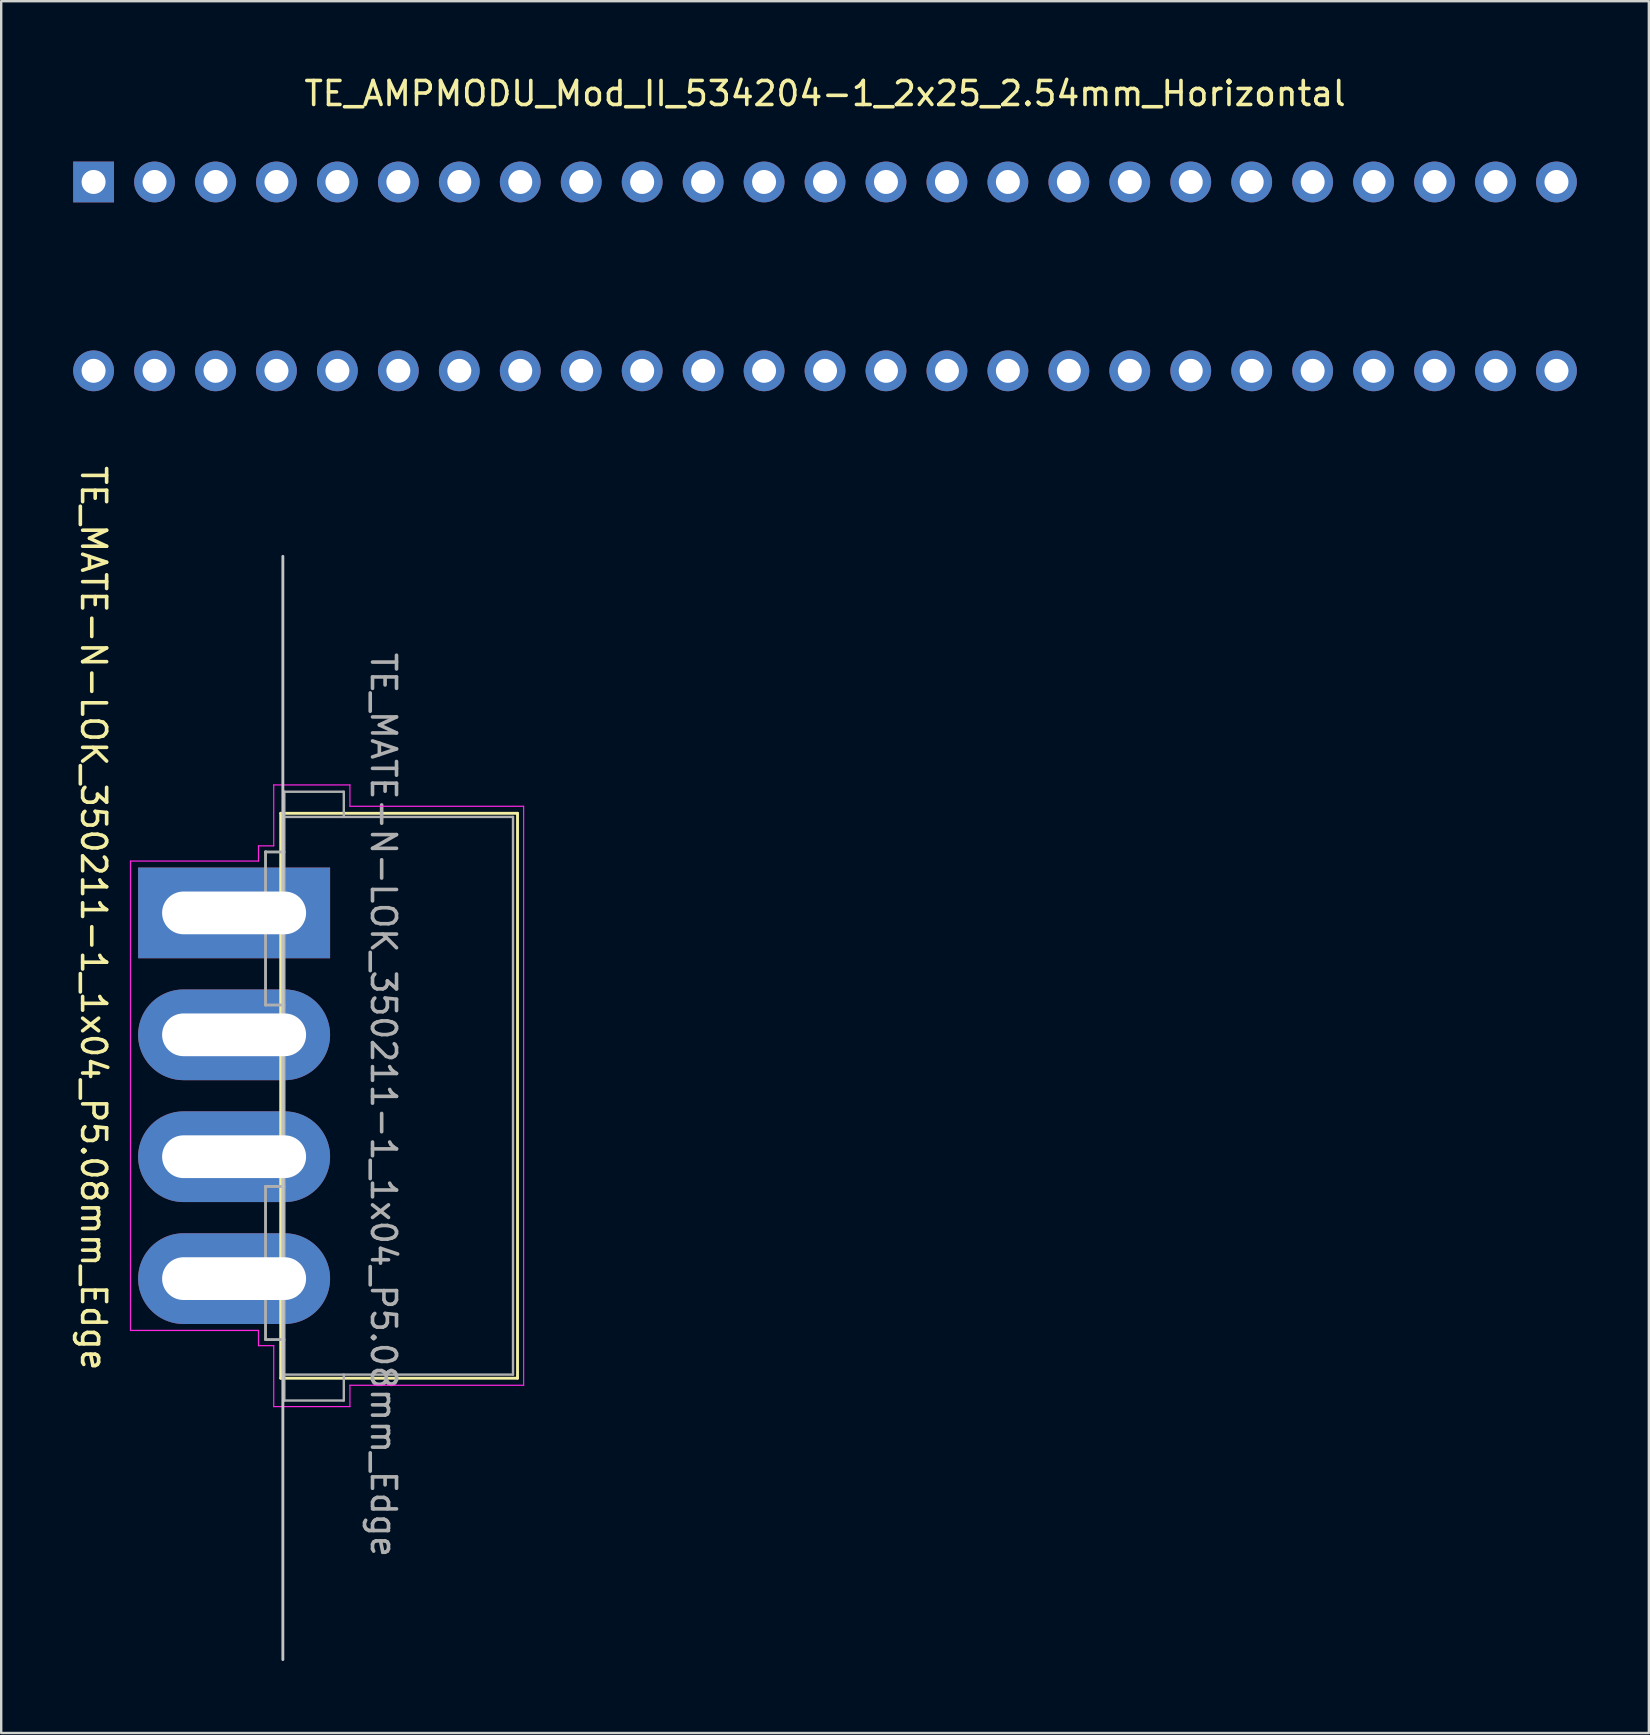
<source format=kicad_pcb>
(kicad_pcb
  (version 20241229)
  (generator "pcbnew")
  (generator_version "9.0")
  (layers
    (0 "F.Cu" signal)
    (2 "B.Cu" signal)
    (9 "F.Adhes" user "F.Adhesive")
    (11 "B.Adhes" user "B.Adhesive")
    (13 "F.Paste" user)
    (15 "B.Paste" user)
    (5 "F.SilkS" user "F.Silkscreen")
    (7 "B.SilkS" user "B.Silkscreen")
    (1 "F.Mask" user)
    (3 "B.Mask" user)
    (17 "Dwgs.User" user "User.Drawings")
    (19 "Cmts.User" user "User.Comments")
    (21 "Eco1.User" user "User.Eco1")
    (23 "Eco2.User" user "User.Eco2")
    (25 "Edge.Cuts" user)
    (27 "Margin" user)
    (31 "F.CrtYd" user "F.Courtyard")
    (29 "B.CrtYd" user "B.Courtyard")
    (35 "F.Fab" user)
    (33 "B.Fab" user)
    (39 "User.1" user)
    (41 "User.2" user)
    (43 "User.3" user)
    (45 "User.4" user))
  (footprint "TE_AMPMODU_Mod_II_534204-1_2x25_2.54mm_Horizontal"
    (layer "F.Cu")
    (at 31.33 8.468)
    (property "Reference" "TE_AMPMODU_Mod_II_534204-1_2x25_2.54mm_Horizontal" (at 0 -7.62 0) (layer "F.SilkS") (effects (font (size 1 1) (thickness 0.15))))
    (attr through_hole)
    (pad "1" thru_hole rect (at -30.48 -3.935) (size 1.7 1.7) (drill 1) (layers "*.Cu" "*.Mask"))
    (pad "2" thru_hole circle (at -30.48 3.935) (size 1.7 1.7) (drill 1) (layers "*.Cu" "*.Mask"))
    (pad "3" thru_hole circle (at -27.94 -3.935) (size 1.7 1.7) (drill 1) (layers "*.Cu" "*.Mask"))
    (pad "4" thru_hole circle (at -27.94 3.935) (size 1.7 1.7) (drill 1) (layers "*.Cu" "*.Mask"))
    (pad "5" thru_hole circle (at -25.4 -3.935) (size 1.7 1.7) (drill 1) (layers "*.Cu" "*.Mask"))
    (pad "6" thru_hole circle (at -25.4 3.935) (size 1.7 1.7) (drill 1) (layers "*.Cu" "*.Mask"))
    (pad "7" thru_hole circle (at -22.86 -3.935) (size 1.7 1.7) (drill 1) (layers "*.Cu" "*.Mask"))
    (pad "8" thru_hole circle (at -22.86 3.935) (size 1.7 1.7) (drill 1) (layers "*.Cu" "*.Mask"))
    (pad "9" thru_hole circle (at -20.32 -3.935) (size 1.7 1.7) (drill 1) (layers "*.Cu" "*.Mask"))
    (pad "10" thru_hole circle (at -20.32 3.935) (size 1.7 1.7) (drill 1) (layers "*.Cu" "*.Mask"))
    (pad "11" thru_hole circle (at -17.78 -3.935) (size 1.7 1.7) (drill 1) (layers "*.Cu" "*.Mask"))
    (pad "12" thru_hole circle (at -17.78 3.935) (size 1.7 1.7) (drill 1) (layers "*.Cu" "*.Mask"))
    (pad "13" thru_hole circle (at -15.24 -3.935) (size 1.7 1.7) (drill 1) (layers "*.Cu" "*.Mask"))
    (pad "14" thru_hole circle (at -15.24 3.935) (size 1.7 1.7) (drill 1) (layers "*.Cu" "*.Mask"))
    (pad "15" thru_hole circle (at -12.7 -3.935) (size 1.7 1.7) (drill 1) (layers "*.Cu" "*.Mask"))
    (pad "16" thru_hole circle (at -12.7 3.935) (size 1.7 1.7) (drill 1) (layers "*.Cu" "*.Mask"))
    (pad "17" thru_hole circle (at -10.16 -3.935) (size 1.7 1.7) (drill 1) (layers "*.Cu" "*.Mask"))
    (pad "18" thru_hole circle (at -10.16 3.935) (size 1.7 1.7) (drill 1) (layers "*.Cu" "*.Mask"))
    (pad "19" thru_hole circle (at -7.62 -3.935) (size 1.7 1.7) (drill 1) (layers "*.Cu" "*.Mask"))
    (pad "20" thru_hole circle (at -7.62 3.935) (size 1.7 1.7) (drill 1) (layers "*.Cu" "*.Mask"))
    (pad "21" thru_hole circle (at -5.08 -3.935) (size 1.7 1.7) (drill 1) (layers "*.Cu" "*.Mask"))
    (pad "22" thru_hole circle (at -5.08 3.935) (size 1.7 1.7) (drill 1) (layers "*.Cu" "*.Mask"))
    (pad "23" thru_hole circle (at -2.54 -3.935) (size 1.7 1.7) (drill 1) (layers "*.Cu" "*.Mask"))
    (pad "24" thru_hole circle (at -2.54 3.935) (size 1.7 1.7) (drill 1) (layers "*.Cu" "*.Mask"))
    (pad "25" thru_hole circle (at 0 -3.935) (size 1.7 1.7) (drill 1) (layers "*.Cu" "*.Mask"))
    (pad "26" thru_hole circle (at 0 3.935) (size 1.7 1.7) (drill 1) (layers "*.Cu" "*.Mask"))
    (pad "27" thru_hole circle (at 2.54 -3.935) (size 1.7 1.7) (drill 1) (layers "*.Cu" "*.Mask"))
    (pad "28" thru_hole circle (at 2.54 3.935) (size 1.7 1.7) (drill 1) (layers "*.Cu" "*.Mask"))
    (pad "29" thru_hole circle (at 5.08 -3.935) (size 1.7 1.7) (drill 1) (layers "*.Cu" "*.Mask"))
    (pad "30" thru_hole circle (at 5.08 3.935) (size 1.7 1.7) (drill 1) (layers "*.Cu" "*.Mask"))
    (pad "31" thru_hole circle (at 7.62 -3.935) (size 1.7 1.7) (drill 1) (layers "*.Cu" "*.Mask"))
    (pad "32" thru_hole circle (at 7.62 3.935) (size 1.7 1.7) (drill 1) (layers "*.Cu" "*.Mask"))
    (pad "33" thru_hole circle (at 10.16 -3.935) (size 1.7 1.7) (drill 1) (layers "*.Cu" "*.Mask"))
    (pad "34" thru_hole circle (at 10.16 3.935) (size 1.7 1.7) (drill 1) (layers "*.Cu" "*.Mask"))
    (pad "35" thru_hole circle (at 12.7 -3.935) (size 1.7 1.7) (drill 1) (layers "*.Cu" "*.Mask"))
    (pad "36" thru_hole circle (at 12.7 3.935) (size 1.7 1.7) (drill 1) (layers "*.Cu" "*.Mask"))
    (pad "37" thru_hole circle (at 15.24 -3.935) (size 1.7 1.7) (drill 1) (layers "*.Cu" "*.Mask"))
    (pad "38" thru_hole circle (at 15.24 3.935) (size 1.7 1.7) (drill 1) (layers "*.Cu" "*.Mask"))
    (pad "39" thru_hole circle (at 17.78 -3.935) (size 1.7 1.7) (drill 1) (layers "*.Cu" "*.Mask"))
    (pad "40" thru_hole circle (at 17.78 3.935) (size 1.7 1.7) (drill 1) (layers "*.Cu" "*.Mask"))
    (pad "41" thru_hole circle (at 20.32 -3.935) (size 1.7 1.7) (drill 1) (layers "*.Cu" "*.Mask"))
    (pad "42" thru_hole circle (at 20.32 3.935) (size 1.7 1.7) (drill 1) (layers "*.Cu" "*.Mask"))
    (pad "43" thru_hole circle (at 22.86 -3.935) (size 1.7 1.7) (drill 1) (layers "*.Cu" "*.Mask"))
    (pad "44" thru_hole circle (at 22.86 3.935) (size 1.7 1.7) (drill 1) (layers "*.Cu" "*.Mask"))
    (pad "45" thru_hole circle (at 25.4 -3.935) (size 1.7 1.7) (drill 1) (layers "*.Cu" "*.Mask"))
    (pad "46" thru_hole circle (at 25.4 3.935) (size 1.7 1.7) (drill 1) (layers "*.Cu" "*.Mask"))
    (pad "47" thru_hole circle (at 27.94 -3.935) (size 1.7 1.7) (drill 1) (layers "*.Cu" "*.Mask"))
    (pad "48" thru_hole circle (at 27.94 3.935) (size 1.7 1.7) (drill 1) (layers "*.Cu" "*.Mask"))
    (pad "49" thru_hole circle (at 30.48 -3.935) (size 1.7 1.7) (drill 1) (layers "*.Cu" "*.Mask"))
    (pad "50" thru_hole circle (at 30.48 3.935) (size 1.7 1.7) (drill 1) (layers "*.Cu" "*.Mask")))
  (footprint "TE_MATE-N-LOK_350211-1_1x04_P5.08mm_Edge"
    (layer "F.Cu")
    (at 8.748 42.612)
    (property "Reference" "TE_MATE-N-LOK_350211-1_1x04_P5.08mm_Edge" (at -7.9 -7.4 270) (unlocked yes) (layer "F.SilkS") (effects (font (size 1 1) (thickness 0.15))))
    (attr through_hole)
    (fp_line (start -0.1 -11.77) (end 9.768 -11.77) (stroke (width 0.12) (type solid)) (layer "F.SilkS"))
    (fp_line (start -0.1 11.77) (end -0.1 -11.77) (stroke (width 0.12) (type solid)) (layer "F.SilkS"))
    (fp_line (start -0.1 11.77) (end 9.768 11.77) (stroke (width 0.12) (type solid)) (layer "F.SilkS"))
    (fp_line (start 9.768 -11.77) (end 9.768 11.77) (stroke (width 0.12) (type solid)) (layer "F.SilkS"))
    (fp_line (start -0.011 23.495) (end -0.011 -22.479) (stroke (width 0.12) (type solid)) (layer "Dwgs.User"))
    (fp_line (start -6.361 9.779) (end -6.361 -9.779) (stroke (width 0.05) (type solid)) (layer "F.CrtYd"))
    (fp_line (start -1.027 -10.414) (end -1.027 -9.779) (stroke (width 0.05) (type solid)) (layer "F.CrtYd"))
    (fp_line (start -1.027 -10.414) (end -0.392 -10.414) (stroke (width 0.05) (type solid)) (layer "F.CrtYd"))
    (fp_line (start -1.027 -9.779) (end -6.361 -9.779) (stroke (width 0.05) (type solid)) (layer "F.CrtYd"))
    (fp_line (start -1.027 9.779) (end -6.361 9.779) (stroke (width 0.05) (type solid)) (layer "F.CrtYd"))
    (fp_line (start -1.027 10.414) (end -1.027 9.779) (stroke (width 0.05) (type solid)) (layer "F.CrtYd"))
    (fp_line (start -0.392 -12.954) (end 2.783 -12.954) (stroke (width 0.05) (type solid)) (layer "F.CrtYd"))
    (fp_line (start -0.392 -10.414) (end -0.392 -12.954) (stroke (width 0.05) (type solid)) (layer "F.CrtYd"))
    (fp_line (start -0.392 10.414) (end -1.027 10.414) (stroke (width 0.05) (type solid)) (layer "F.CrtYd"))
    (fp_line (start -0.392 12.954) (end -0.392 10.414) (stroke (width 0.05) (type solid)) (layer "F.CrtYd"))
    (fp_line (start 2.783 -12.954) (end 2.783 -12.065) (stroke (width 0.05) (type solid)) (layer "F.CrtYd"))
    (fp_line (start 2.783 -12.065) (end 10.022 -12.065) (stroke (width 0.05) (type solid)) (layer "F.CrtYd"))
    (fp_line (start 2.783 12.065) (end 10.022 12.065) (stroke (width 0.05) (type solid)) (layer "F.CrtYd"))
    (fp_line (start 2.783 12.954) (end -0.392 12.954) (stroke (width 0.05) (type solid)) (layer "F.CrtYd"))
    (fp_line (start 2.783 12.954) (end 2.783 12.065) (stroke (width 0.05) (type solid)) (layer "F.CrtYd"))
    (fp_line (start 10.022 -12.065) (end 10.022 12.065) (stroke (width 0.05) (type solid)) (layer "F.CrtYd"))
    (fp_line (start -0.733 -10.16) (end -0.71 -10.16) (stroke (width 0.12) (type solid)) (layer "F.Fab"))
    (fp_line (start -0.733 -3.78) (end -0.733 -10.16) (stroke (width 0.12) (type solid)) (layer "F.Fab"))
    (fp_line (start -0.733 10.16) (end -0.733 3.78) (stroke (width 0.12) (type solid)) (layer "F.Fab"))
    (fp_line (start 0.04 -10.16) (end -0.733 -10.16) (stroke (width 0.12) (type solid)) (layer "F.Fab"))
    (fp_line (start 0.04 -3.78) (end -0.733 -3.78) (stroke (width 0.12) (type solid)) (layer "F.Fab"))
    (fp_line (start 0.04 3.78) (end -0.733 3.78) (stroke (width 0.12) (type solid)) (layer "F.Fab"))
    (fp_line (start 0.04 10.16) (end -0.733 10.16) (stroke (width 0.12) (type solid)) (layer "F.Fab"))
    (fp_line (start 0.05 -12.67) (end 0.05 -11.62) (stroke (width 0.1) (type solid)) (layer "F.Fab"))
    (fp_line (start 0.05 -11.62) (end 9.58 -11.62) (stroke (width 0.1) (type solid)) (layer "F.Fab"))
    (fp_line (start 0.05 11.62) (end 0.05 -11.62) (stroke (width 0.1) (type solid)) (layer "F.Fab"))
    (fp_line (start 0.05 12.7) (end 0.05 11.62) (stroke (width 0.1) (type solid)) (layer "F.Fab"))
    (fp_line (start 2.529 -12.67) (end 0.05 -12.67) (stroke (width 0.1) (type solid)) (layer "F.Fab"))
    (fp_line (start 2.529 -11.62) (end 2.529 -12.67) (stroke (width 0.1) (type solid)) (layer "F.Fab"))
    (fp_line (start 2.529 11.62) (end 2.529 12.7) (stroke (width 0.1) (type solid)) (layer "F.Fab"))
    (fp_line (start 2.529 12.7) (end 0.05 12.7) (stroke (width 0.1) (type solid)) (layer "F.Fab"))
    (fp_line (start 9.58 -11.62) (end 9.58 11.62) (stroke (width 0.1) (type solid)) (layer "F.Fab"))
    (fp_line (start 9.58 11.62) (end 0.05 11.62) (stroke (width 0.1) (type solid)) (layer "F.Fab"))
    (fp_text user "${REFERENCE}" (at 4.18 0.38 270) (unlocked yes) (layer "F.Fab") (effects (font (size 1 1) (thickness 0.15))))
    (pad "1" thru_hole rect (at -2.043 -7.62 90) (size 3.78 8) (drill oval 1.78 6) (layers "*.Cu" "*.Mask"))
    (pad "2" thru_hole oval (at -2.043 -2.54 90) (size 3.78 8) (drill oval 1.78 6) (layers "*.Cu" "*.Mask"))
    (pad "3" thru_hole oval (at -2.043 2.54 90) (size 3.78 8) (drill oval 1.78 6) (layers "*.Cu" "*.Mask"))
    (pad "4" thru_hole oval (at -2.043 7.62 90) (size 3.78 8) (drill oval 1.78 6) (layers "*.Cu" "*.Mask")))
  (gr_rect
    (start -3 -3)
    (end 65.66 69.167)
    (stroke (width 0.1) (type default))
    (fill no)
    (layer "Edge.Cuts")))
</source>
